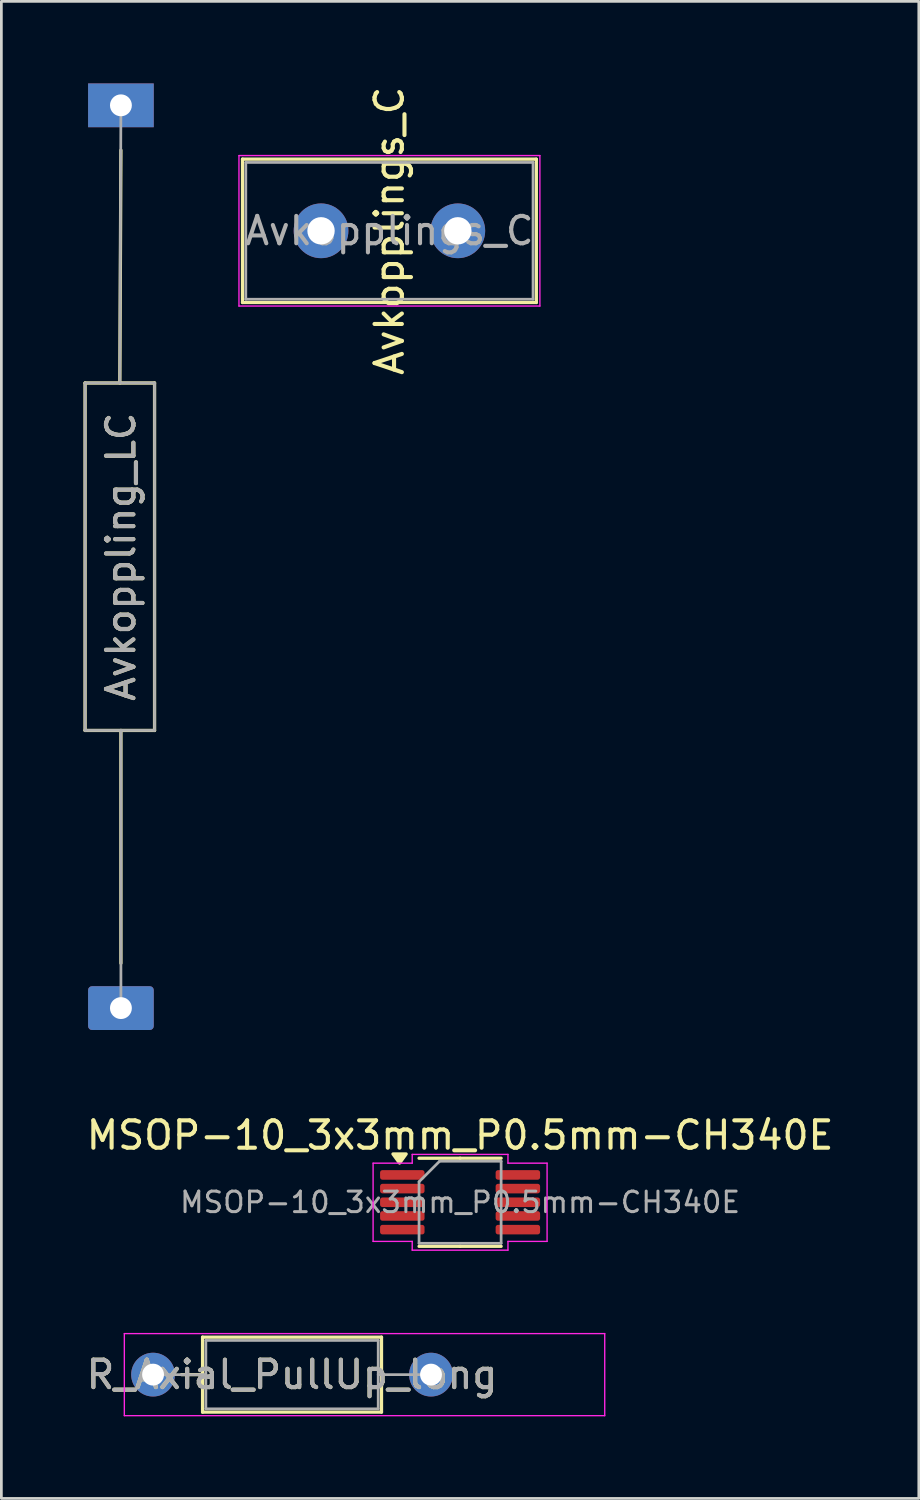
<source format=kicad_pcb>
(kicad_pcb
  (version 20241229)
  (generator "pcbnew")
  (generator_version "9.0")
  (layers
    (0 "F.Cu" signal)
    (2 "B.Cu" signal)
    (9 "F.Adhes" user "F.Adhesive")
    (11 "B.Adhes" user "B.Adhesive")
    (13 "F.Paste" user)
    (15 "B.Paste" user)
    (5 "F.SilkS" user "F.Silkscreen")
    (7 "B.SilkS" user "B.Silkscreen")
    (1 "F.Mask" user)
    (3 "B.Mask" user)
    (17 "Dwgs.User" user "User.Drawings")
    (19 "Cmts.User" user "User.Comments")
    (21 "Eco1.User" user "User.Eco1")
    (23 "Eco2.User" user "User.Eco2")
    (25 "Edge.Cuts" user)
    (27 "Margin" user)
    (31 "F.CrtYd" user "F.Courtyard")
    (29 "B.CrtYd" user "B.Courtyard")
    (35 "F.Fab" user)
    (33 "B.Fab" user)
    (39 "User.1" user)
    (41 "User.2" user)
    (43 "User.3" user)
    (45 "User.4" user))
  (footprint "MSOP-10_3x3mm_P0.5mm-CH340E"
    (layer "F.Cu")
    (at 13.768 40.898)
    (property "Reference" "MSOP-10_3x3mm_P0.5mm-CH340E" (at 0 -2.45 0) (layer "F.SilkS") (effects (font (size 1 1) (thickness 0.15))))
    (attr smd)
    (fp_line (start 0 -1.61) (end -1.5 -1.61) (stroke (width 0.12) (type solid)) (layer "F.SilkS"))
    (fp_line (start 0 -1.61) (end 1.5 -1.61) (stroke (width 0.12) (type solid)) (layer "F.SilkS"))
    (fp_line (start 0 1.61) (end -1.5 1.61) (stroke (width 0.12) (type solid)) (layer "F.SilkS"))
    (fp_line (start 0 1.61) (end 1.5 1.61) (stroke (width 0.12) (type solid)) (layer "F.SilkS"))
    (fp_poly (pts (xy -2.212 -1.435) (xy -2.453 -1.765) (xy -1.972 -1.765)) (stroke (width 0.12) (type solid)) (fill yes) (layer "F.SilkS"))
    (fp_line (start -3.18 -1.43) (end -1.75 -1.43) (stroke (width 0.05) (type solid)) (layer "F.CrtYd"))
    (fp_line (start -3.18 1.43) (end -3.18 -1.43) (stroke (width 0.05) (type solid)) (layer "F.CrtYd"))
    (fp_line (start -1.75 -1.75) (end 1.75 -1.75) (stroke (width 0.05) (type solid)) (layer "F.CrtYd"))
    (fp_line (start -1.75 -1.43) (end -1.75 -1.75) (stroke (width 0.05) (type solid)) (layer "F.CrtYd"))
    (fp_line (start -1.75 1.43) (end -3.18 1.43) (stroke (width 0.05) (type solid)) (layer "F.CrtYd"))
    (fp_line (start -1.75 1.75) (end -1.75 1.43) (stroke (width 0.05) (type solid)) (layer "F.CrtYd"))
    (fp_line (start 1.75 -1.75) (end 1.75 -1.43) (stroke (width 0.05) (type solid)) (layer "F.CrtYd"))
    (fp_line (start 1.75 -1.43) (end 3.18 -1.43) (stroke (width 0.05) (type solid)) (layer "F.CrtYd"))
    (fp_line (start 1.75 1.43) (end 1.75 1.75) (stroke (width 0.05) (type solid)) (layer "F.CrtYd"))
    (fp_line (start 1.75 1.75) (end -1.75 1.75) (stroke (width 0.05) (type solid)) (layer "F.CrtYd"))
    (fp_line (start 3.18 -1.43) (end 3.18 1.43) (stroke (width 0.05) (type solid)) (layer "F.CrtYd"))
    (fp_line (start 3.18 1.43) (end 1.75 1.43) (stroke (width 0.05) (type solid)) (layer "F.CrtYd"))
    (fp_line (start -1.5 -0.75) (end -0.75 -1.5) (stroke (width 0.1) (type solid)) (layer "F.Fab"))
    (fp_line (start -1.5 1.5) (end -1.5 -0.75) (stroke (width 0.1) (type solid)) (layer "F.Fab"))
    (fp_line (start -0.75 -1.5) (end 1.5 -1.5) (stroke (width 0.1) (type solid)) (layer "F.Fab"))
    (fp_line (start 1.5 -1.5) (end 1.5 1.5) (stroke (width 0.1) (type solid)) (layer "F.Fab"))
    (fp_line (start 1.5 1.5) (end -1.5 1.5) (stroke (width 0.1) (type solid)) (layer "F.Fab"))
    (fp_text user "${REFERENCE}" (at 0 0 0) (layer "F.Fab") (effects (font (size 0.75 0.75) (thickness 0.11))))
    (pad "1" smd roundrect (at -2.112 -1) (size 1.625 0.35) (layers "F.Cu" "F.Mask" "F.Paste") (roundrect_rratio 0.25))
    (pad "2" smd roundrect (at -2.112 -0.5) (size 1.625 0.35) (layers "F.Cu" "F.Mask" "F.Paste") (roundrect_rratio 0.25))
    (pad "3" smd roundrect (at -2.112 0) (size 1.625 0.35) (layers "F.Cu" "F.Mask" "F.Paste") (roundrect_rratio 0.25))
    (pad "4" smd roundrect (at -2.112 0.5) (size 1.625 0.35) (layers "F.Cu" "F.Mask" "F.Paste") (roundrect_rratio 0.25))
    (pad "5" smd roundrect (at -2.112 1) (size 1.625 0.35) (layers "F.Cu" "F.Mask" "F.Paste") (roundrect_rratio 0.25))
    (pad "6" smd roundrect (at 2.112 1) (size 1.625 0.35) (layers "F.Cu" "F.Mask" "F.Paste") (roundrect_rratio 0.25))
    (pad "7" smd roundrect (at 2.112 0.5) (size 1.625 0.35) (layers "F.Cu" "F.Mask" "F.Paste") (roundrect_rratio 0.25))
    (pad "8" smd roundrect (at 2.112 0) (size 1.625 0.35) (layers "F.Cu" "F.Mask" "F.Paste") (roundrect_rratio 0.25))
    (pad "9" smd roundrect (at 2.112 -0.5) (size 1.625 0.35) (layers "F.Cu" "F.Mask" "F.Paste") (roundrect_rratio 0.25))
    (pad "10" smd roundrect (at 2.112 -1) (size 1.625 0.35) (layers "F.Cu" "F.Mask" "F.Paste") (roundrect_rratio 0.25)))
  (footprint "Avkopplings_C"
    (layer "F.Cu")
    (at 8.685 5.387)
    (property "Reference" "Avkopplings_C" (at 2.5 0 90) (layer "F.SilkS") (effects (font (size 1 1) (thickness 0.15))))
    (attr through_hole)
    (fp_line (start -2.87 -2.62) (end -2.87 2.62) (stroke (width 0.12) (type solid)) (layer "F.SilkS"))
    (fp_line (start -2.87 -2.62) (end 7.87 -2.62) (stroke (width 0.12) (type solid)) (layer "F.SilkS"))
    (fp_line (start -2.87 2.62) (end 7.87 2.62) (stroke (width 0.12) (type solid)) (layer "F.SilkS"))
    (fp_line (start 7.87 -2.62) (end 7.87 2.62) (stroke (width 0.12) (type solid)) (layer "F.SilkS"))
    (fp_line (start -3 -2.75) (end -3 2.75) (stroke (width 0.05) (type solid)) (layer "F.CrtYd"))
    (fp_line (start -3 2.75) (end 8 2.75) (stroke (width 0.05) (type solid)) (layer "F.CrtYd"))
    (fp_line (start 8 -2.75) (end -3 -2.75) (stroke (width 0.05) (type solid)) (layer "F.CrtYd"))
    (fp_line (start 8 2.75) (end 8 -2.75) (stroke (width 0.05) (type solid)) (layer "F.CrtYd"))
    (fp_line (start -2.75 -2.5) (end -2.75 2.5) (stroke (width 0.1) (type solid)) (layer "F.Fab"))
    (fp_line (start -2.75 2.5) (end 7.75 2.5) (stroke (width 0.1) (type solid)) (layer "F.Fab"))
    (fp_line (start 7.75 -2.5) (end -2.75 -2.5) (stroke (width 0.1) (type solid)) (layer "F.Fab"))
    (fp_line (start 7.75 2.5) (end 7.75 -2.5) (stroke (width 0.1) (type solid)) (layer "F.Fab"))
    (fp_text user "${REFERENCE}" (at 2.5 0 0) (layer "F.Fab") (effects (font (size 1 1) (thickness 0.15))))
    (pad "1" thru_hole circle (at 0 0) (size 2 2) (drill 1) (layers "*.Cu" "*.Mask"))
    (pad "2" thru_hole circle (at 5 0) (size 2 2) (drill 1) (layers "*.Cu" "*.Mask")))
  (footprint "R_Axial_PullUp_long"
    (layer "F.Cu")
    (at 2.545 47.198)
    (property "Reference" "R_Axial_PullUp_long" (at 5.08 0 0) (layer "F.SilkS") (effects (font (size 1 1) (thickness 0.15))))
    (attr through_hole)
    (fp_line (start 1.04 0) (end 1.81 0) (stroke (width 0.12) (type solid)) (layer "F.SilkS"))
    (fp_line (start 1.81 -1.37) (end 1.81 1.37) (stroke (width 0.12) (type solid)) (layer "F.SilkS"))
    (fp_line (start 1.81 1.37) (end 8.35 1.37) (stroke (width 0.12) (type solid)) (layer "F.SilkS"))
    (fp_line (start 8.35 -1.37) (end 1.81 -1.37) (stroke (width 0.12) (type solid)) (layer "F.SilkS"))
    (fp_line (start 8.35 1.37) (end 8.35 -1.37) (stroke (width 0.12) (type solid)) (layer "F.SilkS"))
    (fp_line (start -1.05 -1.5) (end -1.05 1.5) (stroke (width 0.05) (type solid)) (layer "F.CrtYd"))
    (fp_line (start -1.05 1.5) (end 16.51 1.5) (stroke (width 0.05) (type solid)) (layer "F.CrtYd"))
    (fp_line (start 16.51 -1.5) (end -1.05 -1.5) (stroke (width 0.05) (type solid)) (layer "F.CrtYd"))
    (fp_line (start 16.51 1.5) (end 16.51 -1.5) (stroke (width 0.05) (type solid)) (layer "F.CrtYd"))
    (fp_line (start 0 0) (end 1.93 0) (stroke (width 0.1) (type solid)) (layer "F.Fab"))
    (fp_line (start 1.93 -1.25) (end 1.93 1.25) (stroke (width 0.1) (type solid)) (layer "F.Fab"))
    (fp_line (start 1.93 1.25) (end 8.23 1.25) (stroke (width 0.1) (type solid)) (layer "F.Fab"))
    (fp_line (start 8.23 -1.25) (end 1.93 -1.25) (stroke (width 0.1) (type solid)) (layer "F.Fab"))
    (fp_line (start 8.23 1.25) (end 8.23 -1.25) (stroke (width 0.1) (type solid)) (layer "F.Fab"))
    (fp_line (start 10.16 0) (end 8.23 0) (stroke (width 0.1) (type solid)) (layer "F.Fab"))
    (fp_text user "${REFERENCE}" (at 5.08 0 0) (layer "F.Fab") (effects (font (size 1 1) (thickness 0.15))))
    (pad "1" thru_hole circle (at 0 0) (size 1.6 1.6) (drill 0.8) (layers "*.Cu" "*.Mask"))
    (pad "2" thru_hole oval (at 10.16 0) (size 1.6 1.6) (drill 0.8) (layers "*.Cu" "*.Mask")))
  (footprint "Avkoppling_LC"
    (layer "F.Cu")
    (at 1.33 17.3)
    (property "Reference" "Avkoppling_LC" (at 0.04 0 90) (layer "F.SilkS") (effects (font (size 1 1) (thickness 0.15))))
    (property "Value" "${VALUE}" (at -2.54 0 90) (layer "F.SilkS") (hide yes) (effects (font (size 1 1) (thickness 0.15))))
    (attr through_hole)
    (fp_line (start -1.27 -6.35) (end 1.27 -6.35) (stroke (width 0.12) (type solid)) (layer "F.SilkS"))
    (fp_line (start -1.27 6.35) (end -1.27 -6.35) (stroke (width 0.12) (type solid)) (layer "F.SilkS"))
    (fp_line (start -1.27 6.35) (end 1.27 6.35) (stroke (width 0.12) (type solid)) (layer "F.SilkS"))
    (fp_line (start 0.04 -14.86) (end 0 -6.35) (stroke (width 0.12) (type solid)) (layer "F.SilkS"))
    (fp_line (start 0.04 14.86) (end 0.04 6.35) (stroke (width 0.12) (type solid)) (layer "F.SilkS"))
    (fp_line (start 1.27 6.35) (end 1.27 -6.35) (stroke (width 0.12) (type solid)) (layer "F.SilkS"))
    (fp_line (start -1.27 -6.35) (end 1.27 -6.35) (stroke (width 0.1) (type solid)) (layer "F.Fab"))
    (fp_line (start -1.27 6.35) (end -1.27 -6.35) (stroke (width 0.1) (type solid)) (layer "F.Fab"))
    (fp_line (start -1.27 6.35) (end 1.27 6.35) (stroke (width 0.1) (type solid)) (layer "F.Fab"))
    (fp_line (start 0.04 -16.5) (end 0 -6.35) (stroke (width 0.1) (type solid)) (layer "F.Fab"))
    (fp_line (start 0.04 16.5) (end 0.04 6.35) (stroke (width 0.1) (type solid)) (layer "F.Fab"))
    (fp_line (start 1.27 6.35) (end 1.27 -6.35) (stroke (width 0.1) (type solid)) (layer "F.Fab"))
    (fp_text user "${REFERENCE}" (at 0.04 0 90) (layer "F.Fab") (effects (font (size 1 1) (thickness 0.15))))
    (pad "1" thru_hole roundrect (at 0.04 16.5) (size 2.4 1.6) (drill 0.8) (layers "*.Cu" "*.Mask") (roundrect_rratio 0.089))
    (pad "2" thru_hole rect (at 0.04 -16.5) (size 2.4 1.6) (drill 0.8) (layers "*.Cu" "*.Mask")))
  (gr_rect
    (start -3 -3)
    (end 30.536 51.723)
    (stroke (width 0.1) (type default))
    (fill no)
    (layer "Edge.Cuts")))
</source>
